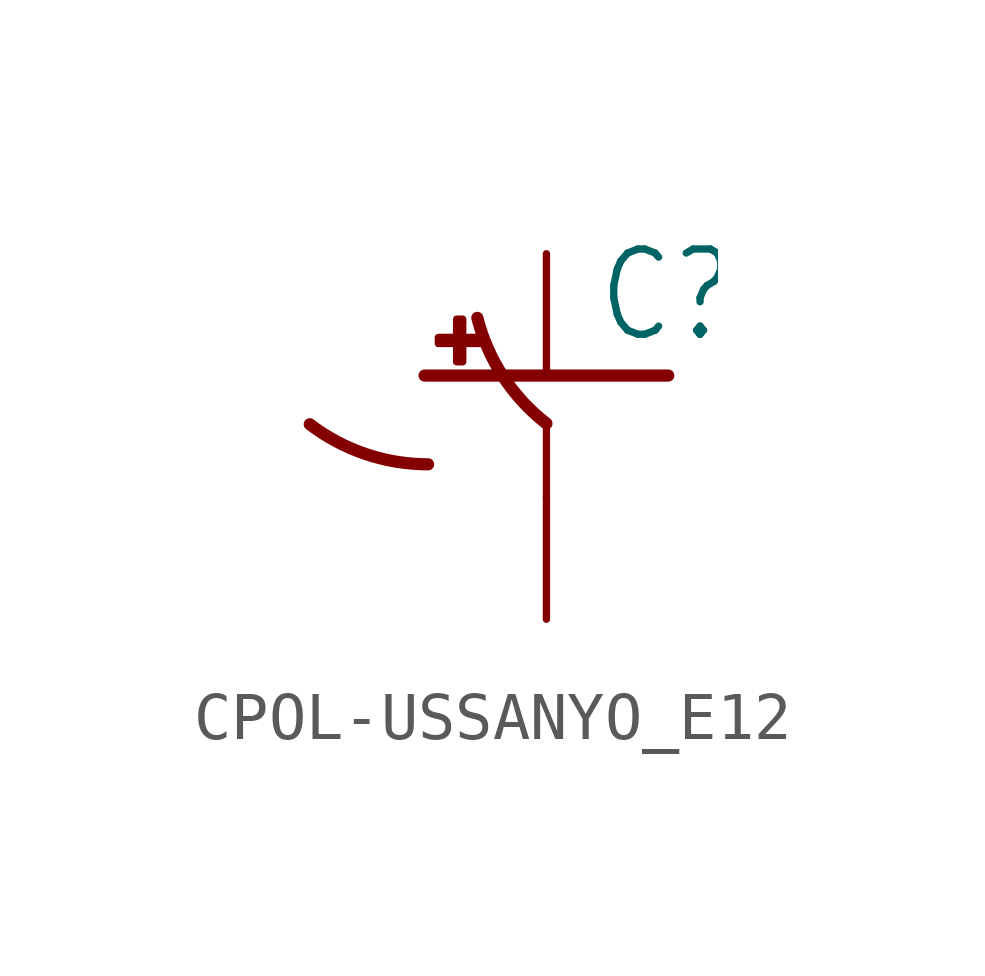
<source format=kicad_sym>
(kicad_symbol_lib
  (version 20241209)
  (generator "kicad_symbol_editor")
  (generator_version "9.0")
  (symbol "CPOL-USSANYO_E12"
    (property "Reference" "C"
      (at 1.016 0.635 0)
      (effects (font (size 1.778 1.511)) (justify left bottom)))
    (property "Value" ""
      (at 1.016 -4.191 0)
      (effects (font (size 1.778 1.511)) (justify left bottom)))
    (property "ki_locked" ""
      (at 0 0 0)
      (effects (font (size 1.27 1.27))))
    (symbol "CPOL-USSANYO_E12_1_0"
      (polyline (pts (xy -2.54 0) (xy 2.54 0)) (stroke (width 0.254) (type solid)) (fill (type none)))
      (arc (start -2.4669 -1.8504) (mid -3.7689 -1.6361) (end -4.9337 -1.0159) (stroke (width 0.254) (type solid)) (fill (type none)))
      (rectangle (start -2.253 0.668) (end -1.364 0.795) (stroke (width 0) (type default)) (fill (type outline)))
      (rectangle (start -1.872 0.287) (end -1.745 1.176) (stroke (width 0) (type default)) (fill (type outline)))
      (polyline (pts (xy 0 -1.016) (xy 0 -2.54)) (stroke (width 0.152) (type solid)) (fill (type none)))
      (arc (start 0 -1) (mid -0.9038 -0.0189) (end -1.4403 1.2025) (stroke (width 0.254) (type solid)) (fill (type none)))
      (pin passive line (at 0 2.54 270) (length 2.54) (name "+" (effects (font (size 0 0)))) (number "+" (effects (font (size 0 0)))))
      (pin passive line (at 0 -5.08 90) (length 2.54) (name "-" (effects (font (size 0 0)))) (number "-" (effects (font (size 0 0))))))))
</source>
